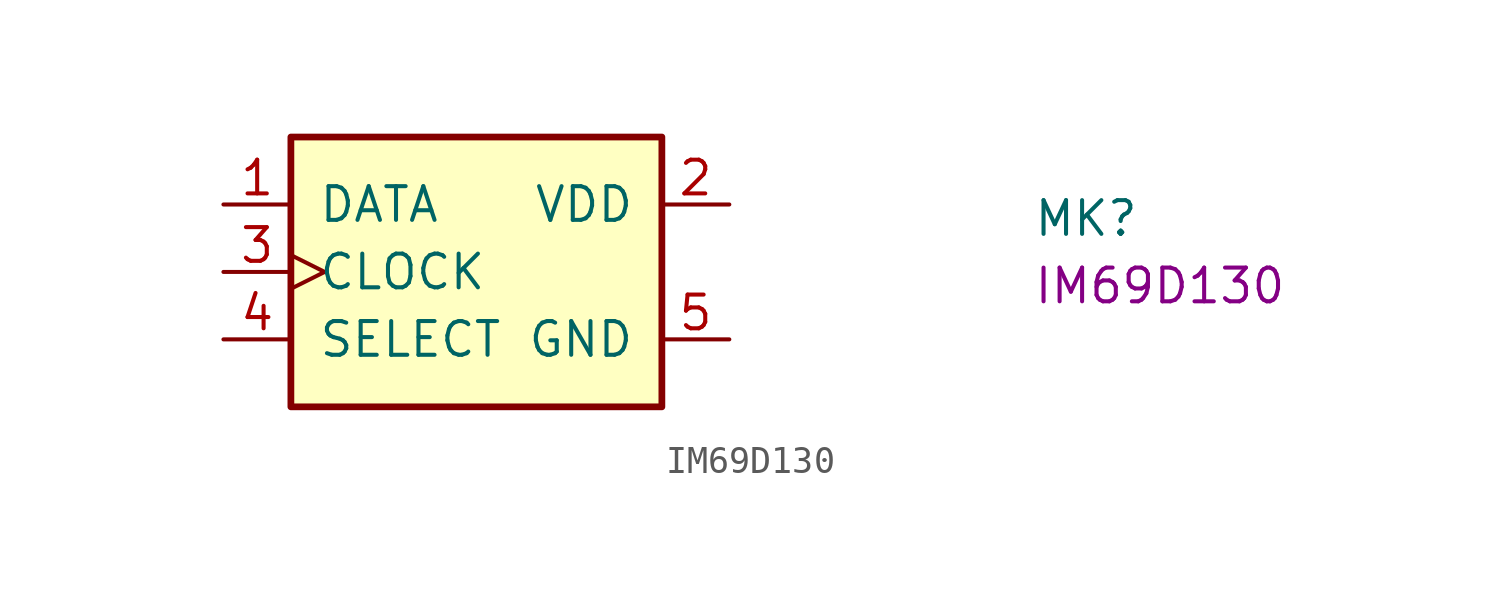
<source format=kicad_sym>
(kicad_symbol_lib
  (version 20220914)
  (generator kicad_symbol_editor)
  (symbol "IM69D130"
    (pin_names
      (offset 1.016))
    (property "Reference" "MK"
      (at 30.48 -1.27 0)
      (effects (font (size 1.27 1.27)) (justify left bottom)))
    (property "MPN" "IM69D130"
      (at 30.48 -3.81 0)
      (effects (font (size 1.27 1.27)) (justify left bottom)))
    (symbol "IM69D130_1_1"
      (rectangle (start 2.54 2.54) (end 16.51 -7.62) (stroke (width 0.254) (type default)) (fill (type background)))
      (pin output line (at 0 0 0) (length 2.54) (name "DATA" (effects (font (size 1.27 1.27)))) (number "1" (effects (font (size 1.27 1.27)))))
      (pin power_in line (at 19.05 0 180) (length 2.54) (name "VDD" (effects (font (size 1.27 1.27)))) (number "2" (effects (font (size 1.27 1.27)))))
      (pin input clock (at 0 -2.54 0) (length 2.54) (name "CLOCK" (effects (font (size 1.27 1.27)))) (number "3" (effects (font (size 1.27 1.27)))))
      (pin input line (at 0 -5.08 0) (length 2.54) (name "SELECT" (effects (font (size 1.27 1.27)))) (number "4" (effects (font (size 1.27 1.27)))))
      (pin power_in line (at 19.05 -5.08 180) (length 2.54) (name "GND" (effects (font (size 1.27 1.27)))) (number "5" (effects (font (size 1.27 1.27))))))))
</source>
